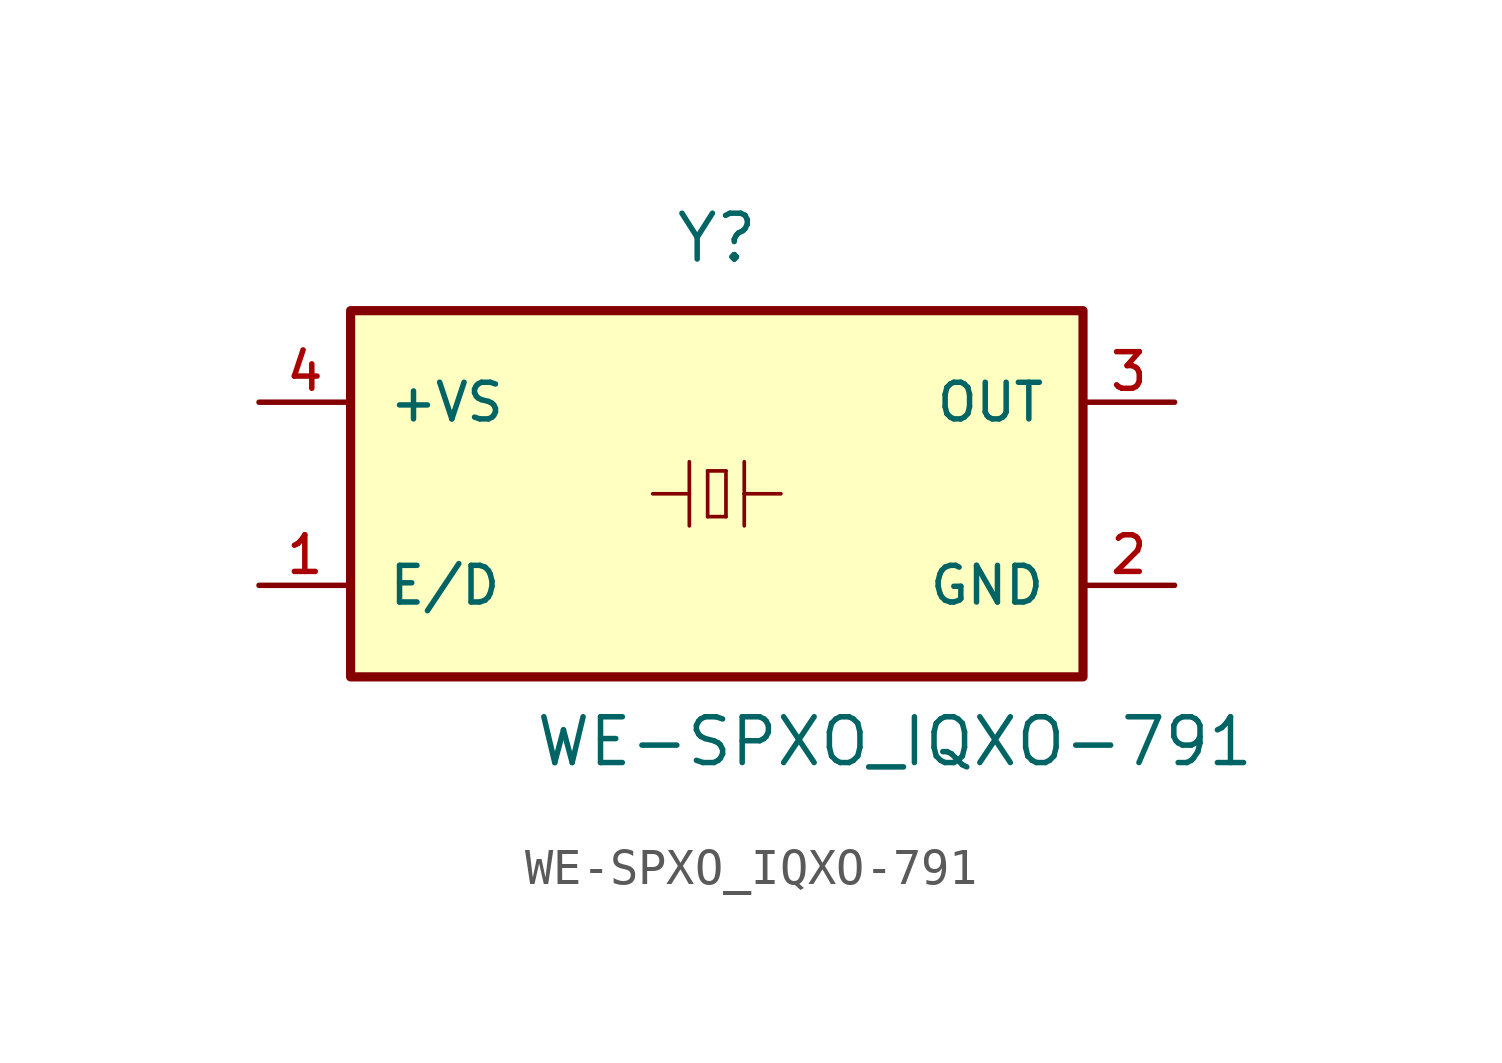
<source format=kicad_sym>
(kicad_symbol_lib
  (version 20211014)
  (generator kicad_symbol_editor)
  (symbol "WE-SPXO_IQXO-791"
    (pin_names
      (offset 1.016))
    (property "Reference" "Y"
      (at 0.0 6.35 0)
      (effects (font (size 1.27 1.27)) (justify bottom)))
    (property "Value" "WE-SPXO_IQXO-791"
      (at -5.08 -7.62 0)
      (effects (font (size 1.27 1.27)) (justify bottom left)))
    (symbol "WE-SPXO_IQXO-791_0_0"
      (polyline (pts (xy -1.778 0.0) (xy -0.762 0.0)) (stroke (width 0.102)))
      (polyline (pts (xy -0.762 0.0) (xy -0.762 0.889)) (stroke (width 0.102)))
      (polyline (pts (xy -0.762 0.0) (xy -0.762 -0.889)) (stroke (width 0.102)))
      (polyline (pts (xy -0.254 0.635) (xy 0.254 0.635)) (stroke (width 0.102)))
      (polyline (pts (xy 0.254 0.635) (xy 0.254 -0.635)) (stroke (width 0.102)))
      (polyline (pts (xy 0.254 -0.635) (xy -0.254 -0.635)) (stroke (width 0.102)))
      (polyline (pts (xy -0.254 -0.635) (xy -0.254 0.635)) (stroke (width 0.102)))
      (polyline (pts (xy 1.778 0.0) (xy 0.762 0.0)) (stroke (width 0.102)))
      (polyline (pts (xy 0.762 0.0) (xy 0.762 -0.889)) (stroke (width 0.102)))
      (polyline (pts (xy 0.762 0.0) (xy 0.762 0.889)) (stroke (width 0.102)))
      (rectangle (start -10.16 -5.08) (end 10.16 5.08) (stroke (width 0.254)) (fill (type background)))
      (pin input line (at -12.7 -2.54 0) (length 2.54) (name "E/D" (effects (font (size 1.016 1.016)))) (number "1" (effects (font (size 1.016 1.016)))))
      (pin power_in line (at -12.7 2.54 0) (length 2.54) (name "+VS" (effects (font (size 1.016 1.016)))) (number "4" (effects (font (size 1.016 1.016)))))
      (pin power_in line (at 12.7 -2.54 180.0) (length 2.54) (name "GND" (effects (font (size 1.016 1.016)))) (number "2" (effects (font (size 1.016 1.016)))))
      (pin output line (at 12.7 2.54 180.0) (length 2.54) (name "OUT" (effects (font (size 1.016 1.016)))) (number "3" (effects (font (size 1.016 1.016))))))))
</source>
